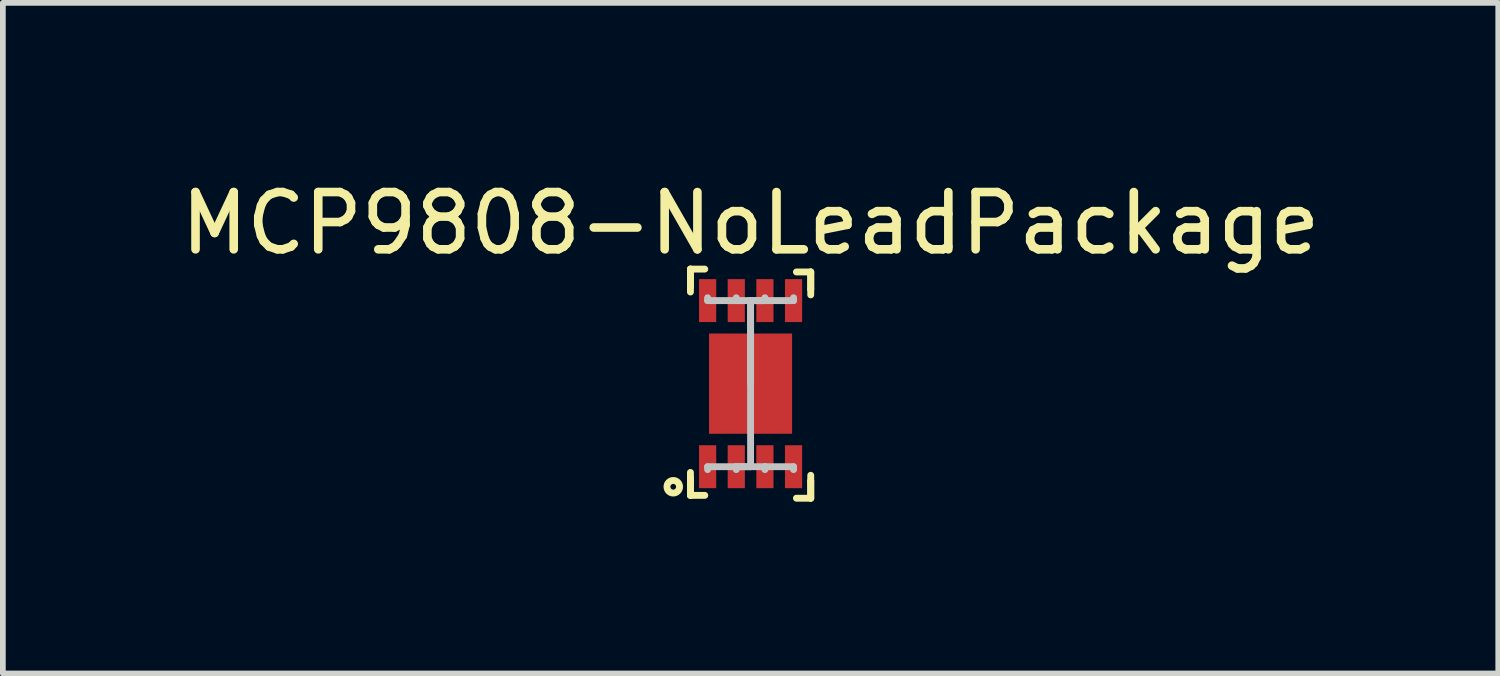
<source format=kicad_pcb>
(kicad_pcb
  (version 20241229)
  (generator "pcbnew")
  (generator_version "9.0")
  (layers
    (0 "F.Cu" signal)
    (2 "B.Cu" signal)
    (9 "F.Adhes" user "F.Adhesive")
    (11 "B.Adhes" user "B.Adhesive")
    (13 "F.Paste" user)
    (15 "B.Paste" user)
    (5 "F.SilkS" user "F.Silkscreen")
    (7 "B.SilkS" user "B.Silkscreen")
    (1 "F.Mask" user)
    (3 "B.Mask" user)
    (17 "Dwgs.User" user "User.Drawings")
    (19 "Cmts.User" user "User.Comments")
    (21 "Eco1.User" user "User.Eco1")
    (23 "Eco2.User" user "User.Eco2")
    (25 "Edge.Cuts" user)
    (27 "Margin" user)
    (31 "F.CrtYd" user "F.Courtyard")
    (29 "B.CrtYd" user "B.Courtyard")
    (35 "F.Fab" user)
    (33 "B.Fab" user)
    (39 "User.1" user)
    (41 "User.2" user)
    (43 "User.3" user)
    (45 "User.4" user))
  (footprint "MCP9808-NoLeadPackage"
    (layer "F.Cu")
    (at 10.054 3.648)
    (property "Reference" "MCP9808-NoLeadPackage" (at 0 -2.8 0) (layer "F.SilkS") (effects (font (size 1 1) (thickness 0.15))))
    (attr through_hole)
    (fp_line (start -1.05 -2) (end -1.05 -1.7) (stroke (width 0.12) (type solid)) (layer "F.SilkS"))
    (fp_line (start -1.05 -2) (end -0.8 -2) (stroke (width 0.12) (type solid)) (layer "F.SilkS"))
    (fp_line (start -1.05 -1.7) (end -1.05 -2) (stroke (width 0.12) (type solid)) (layer "F.SilkS"))
    (fp_line (start -1.05 -1.7) (end -1.05 -1.6) (stroke (width 0.12) (type solid)) (layer "F.SilkS"))
    (fp_line (start -1.05 1.65) (end -1.05 1.55) (stroke (width 0.12) (type solid)) (layer "F.SilkS"))
    (fp_line (start -1.05 1.65) (end -1.05 1.95) (stroke (width 0.12) (type solid)) (layer "F.SilkS"))
    (fp_line (start -1.05 1.95) (end -1.05 1.65) (stroke (width 0.12) (type solid)) (layer "F.SilkS"))
    (fp_line (start -1.05 1.95) (end -0.8 1.95) (stroke (width 0.12) (type solid)) (layer "F.SilkS"))
    (fp_line (start 1.05 -1.95) (end 0.8 -1.95) (stroke (width 0.12) (type solid)) (layer "F.SilkS"))
    (fp_line (start 1.05 -1.95) (end 1.05 -1.65) (stroke (width 0.12) (type solid)) (layer "F.SilkS"))
    (fp_line (start 1.05 -1.65) (end 1.05 -1.95) (stroke (width 0.12) (type solid)) (layer "F.SilkS"))
    (fp_line (start 1.05 -1.65) (end 1.05 -1.55) (stroke (width 0.12) (type solid)) (layer "F.SilkS"))
    (fp_line (start 1.05 1.7) (end 1.05 1.6) (stroke (width 0.12) (type solid)) (layer "F.SilkS"))
    (fp_line (start 1.05 1.7) (end 1.05 2) (stroke (width 0.12) (type solid)) (layer "F.SilkS"))
    (fp_line (start 1.05 2) (end 0.8 2) (stroke (width 0.12) (type solid)) (layer "F.SilkS"))
    (fp_line (start 1.05 2) (end 1.05 1.7) (stroke (width 0.12) (type solid)) (layer "F.SilkS"))
    (fp_circle (center -1.35 1.8) (end -1.3 1.8) (stroke (width 0.12) (type solid)) (fill no) (layer "F.SilkS"))
    (fp_line (start -0.75 -1.45) (end -0.75 -1.5) (stroke (width 0.12) (type solid)) (layer "Dwgs.User"))
    (fp_line (start -0.75 1.45) (end -0.75 1.5) (stroke (width 0.12) (type solid)) (layer "Dwgs.User"))
    (fp_line (start -0.25 -1.45) (end -0.75 -1.45) (stroke (width 0.12) (type solid)) (layer "Dwgs.User"))
    (fp_line (start -0.25 -1.45) (end -0.25 -1.5) (stroke (width 0.12) (type solid)) (layer "Dwgs.User"))
    (fp_line (start -0.25 1.45) (end -0.75 1.45) (stroke (width 0.12) (type solid)) (layer "Dwgs.User"))
    (fp_line (start -0.25 1.45) (end -0.25 1.5) (stroke (width 0.12) (type solid)) (layer "Dwgs.User"))
    (fp_line (start -0.25 1.45) (end 0.25 1.45) (stroke (width 0.12) (type solid)) (layer "Dwgs.User"))
    (fp_line (start 0 -1.45) (end 0 1.45) (stroke (width 0.12) (type solid)) (layer "Dwgs.User"))
    (fp_line (start 0 -1.45) (end 0.25 -1.45) (stroke (width 0.12) (type solid)) (layer "Dwgs.User"))
    (fp_line (start 0 0) (end 0 -1.45) (stroke (width 0.12) (type solid)) (layer "Dwgs.User"))
    (fp_line (start 0 1.45) (end -0.25 1.45) (stroke (width 0.12) (type solid)) (layer "Dwgs.User"))
    (fp_line (start 0.25 -1.45) (end -0.25 -1.45) (stroke (width 0.12) (type solid)) (layer "Dwgs.User"))
    (fp_line (start 0.25 -1.45) (end 0.25 -1.5) (stroke (width 0.12) (type solid)) (layer "Dwgs.User"))
    (fp_line (start 0.25 -1.45) (end 0.75 -1.45) (stroke (width 0.12) (type solid)) (layer "Dwgs.User"))
    (fp_line (start 0.25 1.45) (end 0.25 1.5) (stroke (width 0.12) (type solid)) (layer "Dwgs.User"))
    (fp_line (start 0.25 1.45) (end 0.75 1.45) (stroke (width 0.12) (type solid)) (layer "Dwgs.User"))
    (fp_line (start 0.75 -1.45) (end 0.75 -1.5) (stroke (width 0.12) (type solid)) (layer "Dwgs.User"))
    (fp_line (start 0.75 1.45) (end 0.75 1.5) (stroke (width 0.12) (type solid)) (layer "Dwgs.User"))
    (pad "1" smd rect (at -0.75 1.45) (size 0.3 0.75) (layers "F.Cu" "F.Mask" "F.Paste"))
    (pad "2" smd rect (at -0.25 1.45) (size 0.3 0.75) (layers "F.Cu" "F.Mask" "F.Paste"))
    (pad "3" smd rect (at 0.25 1.45) (size 0.3 0.75) (layers "F.Cu" "F.Mask" "F.Paste"))
    (pad "4" smd rect (at 0.75 1.45) (size 0.3 0.75) (layers "F.Cu" "F.Mask" "F.Paste"))
    (pad "5" smd rect (at 0.75 -1.45 180) (size 0.3 0.75) (layers "F.Cu" "F.Mask" "F.Paste"))
    (pad "6" smd rect (at 0.25 -1.45 180) (size 0.3 0.75) (layers "F.Cu" "F.Mask" "F.Paste"))
    (pad "7" smd rect (at -0.25 -1.45 180) (size 0.3 0.75) (layers "F.Cu" "F.Mask" "F.Paste"))
    (pad "8" smd rect (at -0.75 -1.45 180) (size 0.3 0.75) (layers "F.Cu" "F.Mask" "F.Paste"))
    (pad "9" smd rect (at 0 0) (size 1.45 1.75) (layers "F.Cu" "F.Mask" "F.Paste")))
  (gr_rect
    (start -3 -3)
    (end 23.107 8.708)
    (stroke (width 0.1) (type default))
    (fill no)
    (layer "Edge.Cuts")))
</source>
